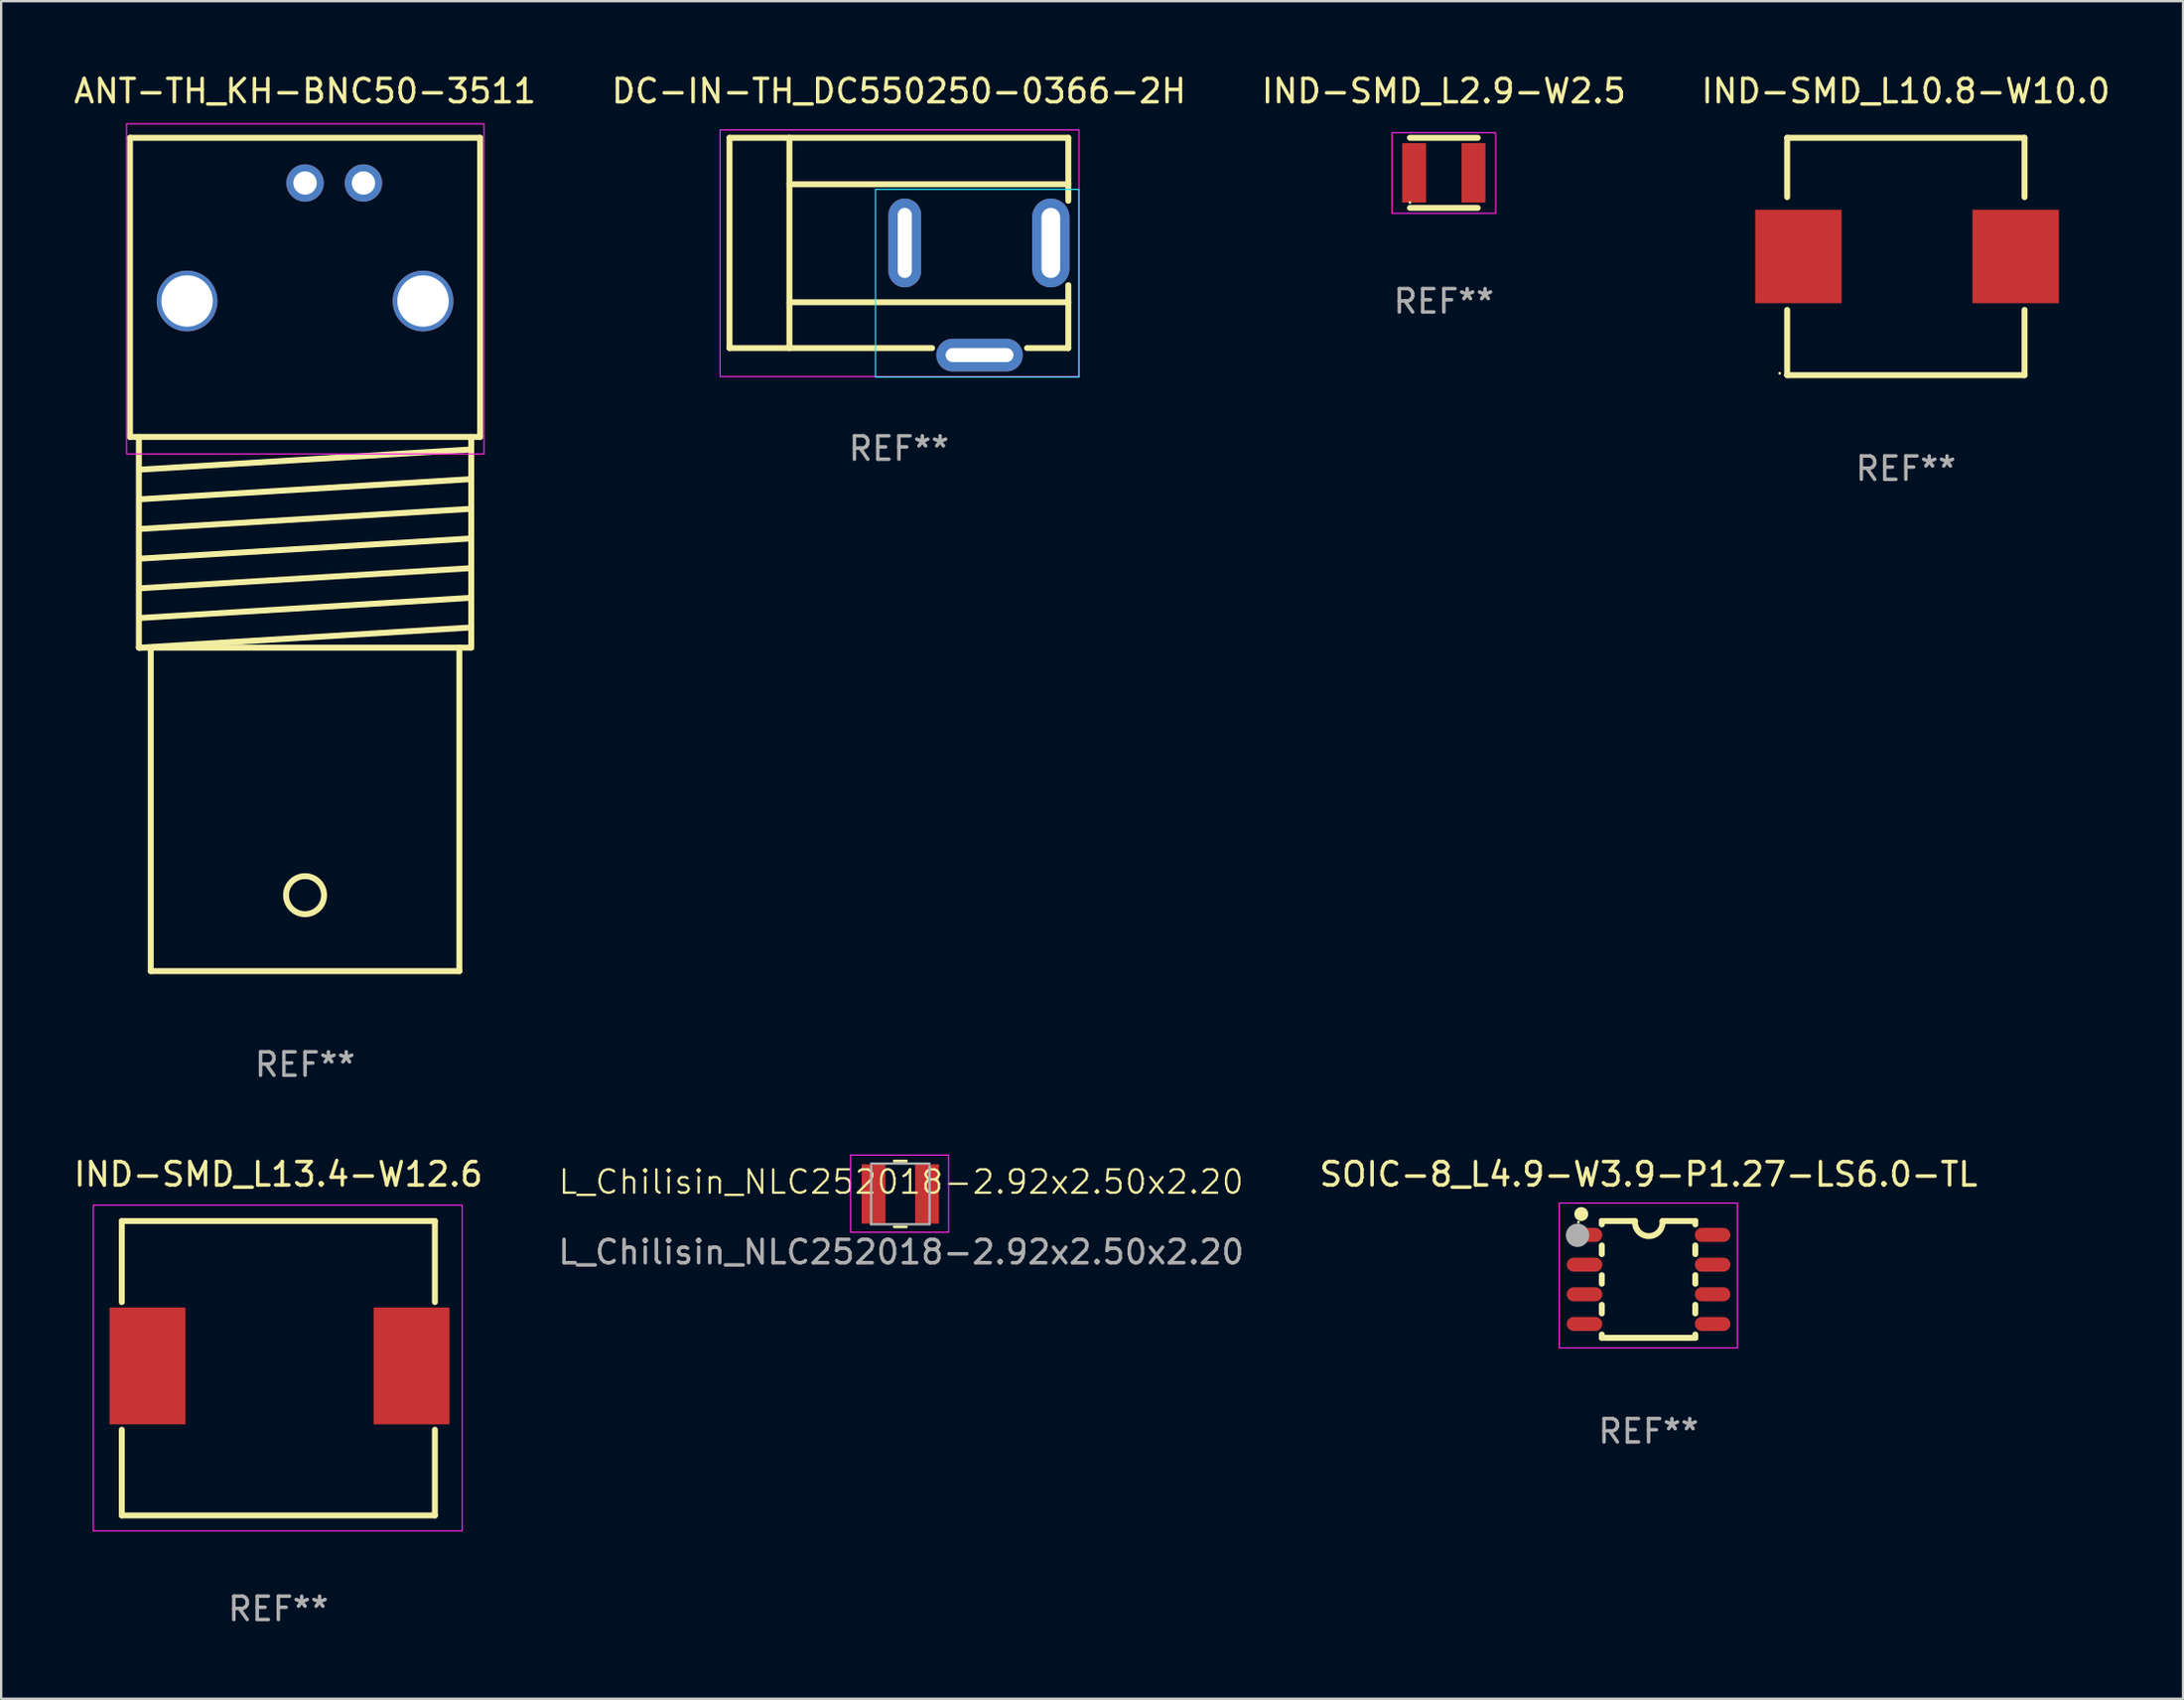
<source format=kicad_pcb>
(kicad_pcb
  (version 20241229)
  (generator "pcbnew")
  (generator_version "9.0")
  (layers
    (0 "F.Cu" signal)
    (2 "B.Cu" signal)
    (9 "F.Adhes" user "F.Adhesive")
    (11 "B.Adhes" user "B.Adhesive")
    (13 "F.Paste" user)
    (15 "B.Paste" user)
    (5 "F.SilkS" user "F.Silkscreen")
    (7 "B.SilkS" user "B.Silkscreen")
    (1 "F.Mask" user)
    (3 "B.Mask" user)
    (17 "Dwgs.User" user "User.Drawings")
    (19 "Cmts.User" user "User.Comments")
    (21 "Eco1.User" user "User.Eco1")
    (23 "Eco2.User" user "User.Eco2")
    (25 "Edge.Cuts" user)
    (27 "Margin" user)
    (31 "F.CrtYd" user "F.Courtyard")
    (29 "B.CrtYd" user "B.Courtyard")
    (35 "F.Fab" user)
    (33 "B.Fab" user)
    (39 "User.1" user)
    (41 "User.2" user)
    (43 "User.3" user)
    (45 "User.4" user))
  (footprint "IND-SMD_L2.9-W2.5"
    (layer "F.Cu")
    (at 58.744 4.348)
    (property "Reference" "IND-SMD_L2.9-W2.5" (at 0 -3.5 0) (layer "F.SilkS") (effects (font (size 1 1) (thickness 0.15))))
    (attr through_hole)
    (fp_line (start -1.45 -1.5) (end 1.45 -1.5) (stroke (width 0.254) (type solid)) (layer "F.SilkS"))
    (fp_line (start -1.45 1.5) (end 1.45 1.5) (stroke (width 0.254) (type solid)) (layer "F.SilkS"))
    (fp_circle (center -1.45 1.27) (end -1.42 1.27) (stroke (width 0.06) (type solid)) (fill no) (layer "F.SilkS"))
    (fp_rect (start -2.22 -1.72) (end 2.22 1.73) (stroke (width 0.05) (type default)) (fill no) (layer "F.CrtYd"))
    (fp_text user "REF**" (at 0 5.5 0) (layer "F.Fab") (effects (font (size 1 1) (thickness 0.15))))
    (pad "1" smd rect (at -1.27 0 90) (size 2.54 1.02) (layers "F.Cu" "F.Mask" "F.Paste"))
    (pad "2" smd rect (at 1.27 0 90) (size 2.54 1.02) (layers "F.Cu" "F.Mask" "F.Paste")))
  (footprint "IND-SMD_L10.8-W10.0"
    (layer "F.Cu")
    (at 78.568 7.928)
    (property "Reference" "IND-SMD_L10.8-W10.0" (at -0.05 -7.08 0) (layer "F.SilkS") (effects (font (size 1 1) (thickness 0.15))))
    (attr through_hole)
    (fp_line (start -5.13 -5.08) (end -5.13 -2.54) (stroke (width 0.254) (type solid)) (layer "F.SilkS"))
    (fp_line (start -5.13 -5.08) (end 5.03 -5.08) (stroke (width 0.254) (type solid)) (layer "F.SilkS"))
    (fp_line (start -5.13 2.286) (end -5.13 5.08) (stroke (width 0.254) (type solid)) (layer "F.SilkS"))
    (fp_line (start -5.13 5.08) (end 5.03 5.08) (stroke (width 0.254) (type solid)) (layer "F.SilkS"))
    (fp_line (start 5.03 -5.08) (end 5.03 -2.54) (stroke (width 0.254) (type solid)) (layer "F.SilkS"))
    (fp_line (start 5.03 5.08) (end 5.03 2.286) (stroke (width 0.254) (type solid)) (layer "F.SilkS"))
    (fp_circle (center -5.45 5) (end -5.42 5) (stroke (width 0.06) (type solid)) (fill no) (layer "F.SilkS"))
    (fp_text user "REF**" (at -0.05 9.08 0) (layer "F.Fab") (effects (font (size 1 1) (thickness 0.15))))
    (pad "1" smd rect (at -4.65 0) (size 3.7 4) (layers "F.Cu" "F.Mask" "F.Paste"))
    (pad "2" smd rect (at 4.65 0) (size 3.7 4) (layers "F.Cu" "F.Mask" "F.Paste")))
  (footprint "L_Chilisin_NLC252018-2.92x2.50x2.20"
    (layer "F.Cu")
    (at 35.518 48.039)
    (property "Reference" "L_Chilisin_NLC252018-2.92x2.50x2.20" (at 0 -0.5 0) (unlocked yes) (layer "F.SilkS") (effects (font (size 1 1) (thickness 0.1))))
    (attr smd)
    (fp_line (start -0.297 -1.397) (end 0.225 -1.397) (stroke (width 0.12) (type solid)) (layer "F.SilkS"))
    (fp_line (start -0.297 1.42) (end 0.225 1.42) (stroke (width 0.12) (type solid)) (layer "F.SilkS"))
    (fp_line (start -2.159 -1.651) (end 2.032 -1.651) (stroke (width 0.05) (type solid)) (layer "F.CrtYd"))
    (fp_line (start -2.159 1.651) (end -2.159 -1.651) (stroke (width 0.05) (type solid)) (layer "F.CrtYd"))
    (fp_line (start 2.032 -1.651) (end 2.032 1.651) (stroke (width 0.05) (type solid)) (layer "F.CrtYd"))
    (fp_line (start 2.032 1.651) (end -2.159 1.651) (stroke (width 0.05) (type solid)) (layer "F.CrtYd"))
    (fp_line (start -1.286 -1.287) (end 1.214 -1.287) (stroke (width 0.1) (type solid)) (layer "F.Fab"))
    (fp_line (start -1.286 1.31) (end -1.286 -1.19) (stroke (width 0.1) (type solid)) (layer "F.Fab"))
    (fp_line (start 1.214 -1.19) (end 1.214 1.31) (stroke (width 0.1) (type solid)) (layer "F.Fab"))
    (fp_line (start 1.214 1.31) (end -1.286 1.31) (stroke (width 0.1) (type solid)) (layer "F.Fab"))
    (fp_text user "${REFERENCE}" (at 0 2.5 0) (unlocked yes) (layer "F.Fab") (effects (font (size 1 1) (thickness 0.15))))
    (pad "1" smd rect (at -1.181 0.01) (size 1.02 2.54) (layers "F.Cu" "F.Mask" "F.Paste"))
    (pad "2" smd rect (at 1.109 0.01) (size 1.02 2.54) (layers "F.Cu" "F.Mask" "F.Paste")))
  (footprint "SOIC-8_L4.9-W3.9-P1.27-LS6.0-TL"
    (layer "F.Cu")
    (at 67.506 51.711)
    (property "Reference" "SOIC-8_L4.9-W3.9-P1.27-LS6.0-TL" (at 0 -4.5 0) (layer "F.SilkS") (effects (font (size 1 1) (thickness 0.15))))
    (attr smd)
    (fp_line (start -2 -2.5) (end -2 -2.356) (stroke (width 0.254) (type solid)) (layer "F.SilkS"))
    (fp_line (start -2 -1.454) (end -2 -1.086) (stroke (width 0.254) (type solid)) (layer "F.SilkS"))
    (fp_line (start -2 -0.184) (end -2 0.184) (stroke (width 0.254) (type solid)) (layer "F.SilkS"))
    (fp_line (start -2 1.086) (end -2 1.454) (stroke (width 0.254) (type solid)) (layer "F.SilkS"))
    (fp_line (start -2 2.356) (end -2 2.5) (stroke (width 0.254) (type solid)) (layer "F.SilkS"))
    (fp_line (start -0.58 -2.5) (end -2 -2.5) (stroke (width 0.254) (type solid)) (layer "F.SilkS"))
    (fp_line (start 2 -2.5) (end 0.6 -2.5) (stroke (width 0.254) (type solid)) (layer "F.SilkS"))
    (fp_line (start 2 -2.5) (end 2 -2.356) (stroke (width 0.254) (type solid)) (layer "F.SilkS"))
    (fp_line (start 2 -1.454) (end 2 -1.086) (stroke (width 0.254) (type solid)) (layer "F.SilkS"))
    (fp_line (start 2 -0.184) (end 2 0.184) (stroke (width 0.254) (type solid)) (layer "F.SilkS"))
    (fp_line (start 2 1.086) (end 2 1.454) (stroke (width 0.254) (type solid)) (layer "F.SilkS"))
    (fp_line (start 2 2.356) (end 2 2.5) (stroke (width 0.254) (type solid)) (layer "F.SilkS"))
    (fp_line (start 2 2.5) (end -2 2.5) (stroke (width 0.254) (type solid)) (layer "F.SilkS"))
    (fp_arc (start 0.600102 -2.490043) (mid 0.010102 -1.853672) (end -0.579909 -2.490033) (stroke (width 0.254) (type solid)) (layer "F.SilkS"))
    (fp_circle (center -3 -2.45) (end -2.97 -2.45) (stroke (width 0.06) (type solid)) (fill no) (layer "F.SilkS"))
    (fp_circle (center -2.88 -2.8) (end -2.73 -2.8) (stroke (width 0.3) (type solid)) (fill no) (layer "F.SilkS"))
    (fp_rect (start -3.82 -3.27) (end 3.8 2.93) (stroke (width 0.05) (type default)) (fill no) (layer "F.CrtYd"))
    (fp_circle (center -3.04 -1.89) (end -2.79 -1.89) (stroke (width 0.5) (type solid)) (fill no) (layer "F.Fab"))
    (fp_text user "REF**" (at 0 6.5 0) (layer "F.Fab") (effects (font (size 1 1) (thickness 0.15))))
    (pad "1" smd oval (at -2.74 -1.905 90) (size 0.6 1.52) (layers "F.Cu" "F.Mask" "F.Paste"))
    (pad "2" smd oval (at -2.74 -0.635 90) (size 0.6 1.52) (layers "F.Cu" "F.Mask" "F.Paste"))
    (pad "3" smd oval (at -2.74 0.635 90) (size 0.6 1.52) (layers "F.Cu" "F.Mask" "F.Paste"))
    (pad "4" smd oval (at -2.74 1.905 90) (size 0.6 1.52) (layers "F.Cu" "F.Mask" "F.Paste"))
    (pad "5" smd oval (at 2.74 1.905 90) (size 0.6 1.52) (layers "F.Cu" "F.Mask" "F.Paste"))
    (pad "6" smd oval (at 2.74 0.635 90) (size 0.6 1.52) (layers "F.Cu" "F.Mask" "F.Paste"))
    (pad "7" smd oval (at 2.74 -0.635 90) (size 0.6 1.52) (layers "F.Cu" "F.Mask" "F.Paste"))
    (pad "8" smd oval (at 2.74 -1.905 90) (size 0.6 1.52) (layers "F.Cu" "F.Mask" "F.Paste")))
  (footprint "IND-SMD_L13.4-W12.6"
    (layer "F.Cu")
    (at 8.913 55.411)
    (property "Reference" "IND-SMD_L13.4-W12.6" (at -0.05 -8.2 0) (layer "F.SilkS") (effects (font (size 1 1) (thickness 0.15))))
    (attr smd)
    (fp_line (start -6.75 -6.2) (end 6.65 -6.2) (stroke (width 0.254) (type solid)) (layer "F.SilkS"))
    (fp_line (start -6.75 -2.731) (end -6.75 -6.2) (stroke (width 0.254) (type solid)) (layer "F.SilkS"))
    (fp_line (start -6.75 6.4) (end -6.75 2.731) (stroke (width 0.254) (type solid)) (layer "F.SilkS"))
    (fp_line (start -6.75 6.4) (end 6.65 6.4) (stroke (width 0.254) (type solid)) (layer "F.SilkS"))
    (fp_line (start 6.65 -6.2) (end 6.65 -2.731) (stroke (width 0.254) (type solid)) (layer "F.SilkS"))
    (fp_line (start 6.65 2.731) (end 6.65 6.4) (stroke (width 0.254) (type solid)) (layer "F.SilkS"))
    (fp_circle (center -6.7 6.3) (end -6.67 6.3) (stroke (width 0.06) (type solid)) (fill no) (layer "F.SilkS"))
    (fp_rect (start -7.97 -6.88) (end 7.82 7.06) (stroke (width 0.05) (type default)) (fill no) (layer "F.CrtYd"))
    (fp_text user "REF**" (at -0.05 10.4 0) (layer "F.Fab") (effects (font (size 1 1) (thickness 0.15))))
    (pad "1" smd rect (at -5.65 0.000127 90) (size 5 3.25) (layers "F.Cu" "F.Mask" "F.Paste"))
    (pad "2" smd rect (at 5.65 -0.000127 90) (size 5 3.25) (layers "F.Cu" "F.Mask" "F.Paste")))
  (footprint "ANT-TH_KH-BNC50-3511"
    (layer "F.Cu")
    (at 10.006 7.308)
    (property "Reference" "ANT-TH_KH-BNC50-3511" (at 0 -6.46 0) (layer "F.SilkS") (effects (font (size 1 1) (thickness 0.15))))
    (attr through_hole)
    (fp_line (start -7.493 -4.46) (end -7.493 8.342) (stroke (width 0.254) (type solid)) (layer "F.SilkS"))
    (fp_line (start -7.493 8.342) (end 7.493 8.342) (stroke (width 0.254) (type solid)) (layer "F.SilkS"))
    (fp_line (start -7.112 17.363) (end -7.112 8.346) (stroke (width 0.254) (type solid)) (layer "F.SilkS"))
    (fp_line (start -7.087 17.363) (end -7.112 17.363) (stroke (width 0.254) (type solid)) (layer "F.SilkS"))
    (fp_line (start -6.604 17.363) (end -7.087 17.363) (stroke (width 0.254) (type solid)) (layer "F.SilkS"))
    (fp_line (start -6.604 17.363) (end -6.604 31.206) (stroke (width 0.254) (type solid)) (layer "F.SilkS"))
    (fp_line (start -6.604 31.206) (end 6.604 31.206) (stroke (width 0.254) (type solid)) (layer "F.SilkS"))
    (fp_line (start 6.604 17.363) (end -6.604 17.363) (stroke (width 0.254) (type solid)) (layer "F.SilkS"))
    (fp_line (start 6.604 31.206) (end 6.604 17.363) (stroke (width 0.254) (type solid)) (layer "F.SilkS"))
    (fp_line (start 7.087 8.88) (end -7.087 9.743) (stroke (width 0.254) (type solid)) (layer "F.SilkS"))
    (fp_line (start 7.087 10.15) (end -7.087 11.013) (stroke (width 0.254) (type solid)) (layer "F.SilkS"))
    (fp_line (start 7.087 11.42) (end -7.087 12.283) (stroke (width 0.254) (type solid)) (layer "F.SilkS"))
    (fp_line (start 7.087 12.69) (end -7.087 13.553) (stroke (width 0.254) (type solid)) (layer "F.SilkS"))
    (fp_line (start 7.087 13.96) (end -7.087 14.823) (stroke (width 0.254) (type solid)) (layer "F.SilkS"))
    (fp_line (start 7.087 15.23) (end -7.087 16.093) (stroke (width 0.254) (type solid)) (layer "F.SilkS"))
    (fp_line (start 7.087 16.5) (end -7.087 17.363) (stroke (width 0.254) (type solid)) (layer "F.SilkS"))
    (fp_line (start 7.112 8.346) (end 7.112 17.363) (stroke (width 0.254) (type solid)) (layer "F.SilkS"))
    (fp_line (start 7.112 17.363) (end 6.604 17.363) (stroke (width 0.254) (type solid)) (layer "F.SilkS"))
    (fp_line (start 7.493 -4.46) (end -7.493 -4.46) (stroke (width 0.254) (type solid)) (layer "F.SilkS"))
    (fp_line (start 7.493 8.342) (end 7.493 -4.46) (stroke (width 0.254) (type solid)) (layer "F.SilkS"))
    (fp_circle (center -7.35 -4.46) (end -7.32 -4.46) (stroke (width 0.06) (type solid)) (fill no) (layer "F.SilkS"))
    (fp_circle (center 0 27.955) (end 0.813 27.955) (stroke (width 0.254) (type solid)) (fill no) (layer "F.SilkS"))
    (fp_rect (start -7.64 -5.06) (end 7.66 9.07) (stroke (width 0.05) (type default)) (fill no) (layer "F.CrtYd"))
    (fp_text user "REF**" (at 0 35.206 0) (layer "F.Fab") (effects (font (size 1 1) (thickness 0.15))))
    (pad "1" thru_hole circle (at 0 -2.525) (size 1.6 1.6) (drill 1) (layers "*.Cu" "*.Mask"))
    (pad "2" thru_hole circle (at 2.5 -2.525) (size 1.6 1.6) (drill 1) (layers "*.Cu" "*.Mask"))
    (pad "3" thru_hole circle (at 5.05 2.525) (size 2.601 2.601) (drill 2.2) (layers "*.Cu" "*.Mask"))
    (pad "4" thru_hole circle (at -5.05 2.525) (size 2.601 2.601) (drill 2.2) (layers "*.Cu" "*.Mask")))
  (footprint "DC-IN-TH_DC550250-0366-2H"
    (layer "F.Cu")
    (at 38.798 9.748)
    (property "Reference" "DC-IN-TH_DC550250-0366-2H" (at -3.375 -8.9 0) (layer "F.SilkS") (effects (font (size 1 1) (thickness 0.15))))
    (attr through_hole)
    (fp_line (start -10.625 -6.9) (end 3.875 -6.9) (stroke (width 0.254) (type solid)) (layer "F.SilkS"))
    (fp_line (start -10.625 2.1) (end -10.625 -6.9) (stroke (width 0.254) (type solid)) (layer "F.SilkS"))
    (fp_line (start -8.062 -6.9) (end -8.062 2.1) (stroke (width 0.254) (type solid)) (layer "F.SilkS"))
    (fp_line (start -8.062 -4.91) (end 3.875 -4.91) (stroke (width 0.254) (type solid)) (layer "F.SilkS"))
    (fp_line (start -8.062 0.138) (end 3.875 0.138) (stroke (width 0.254) (type solid)) (layer "F.SilkS"))
    (fp_line (start -1.956 2.1) (end -10.625 2.1) (stroke (width 0.254) (type solid)) (layer "F.SilkS"))
    (fp_line (start 3.875 -6.9) (end 3.875 -4.206) (stroke (width 0.254) (type solid)) (layer "F.SilkS"))
    (fp_line (start 3.875 -0.594) (end 3.875 2.1) (stroke (width 0.254) (type solid)) (layer "F.SilkS"))
    (fp_line (start 3.875 2.1) (end 2.106 2.1) (stroke (width 0.254) (type solid)) (layer "F.SilkS"))
    (fp_circle (center 3.875 -6.9) (end 3.905 -6.9) (stroke (width 0.06) (type solid)) (fill no) (layer "F.SilkS"))
    (fp_rect (start -4.38 -4.69) (end 4.33 3.34) (stroke (width 0.05) (type default)) (fill no) (layer "B.CrtYd"))
    (fp_rect (start -11.03 -7.24) (end 4.33 3.32) (stroke (width 0.05) (type default)) (fill no) (layer "F.CrtYd"))
    (fp_text user "REF**" (at -3.375 6.4 0) (layer "F.Fab") (effects (font (size 1 1) (thickness 0.15))))
    (pad "1" thru_hole oval (at 3.125 -2.4) (size 1.6 3.8) (drill oval 0.8 3) (layers "*.Cu" "*.Mask"))
    (pad "2" thru_hole oval (at -3.125 -2.4) (size 1.4 3.8) (drill oval 0.6 3) (layers "*.Cu" "*.Mask"))
    (pad "3" thru_hole oval (at 0.075 2.4) (size 3.7 1.4) (drill oval 2.9 0.6) (layers "*.Cu" "*.Mask")))
  (gr_rect
    (start -3 -3)
    (end 90.381 69.659)
    (stroke (width 0.1) (type default))
    (fill no)
    (layer "Edge.Cuts")))
</source>
